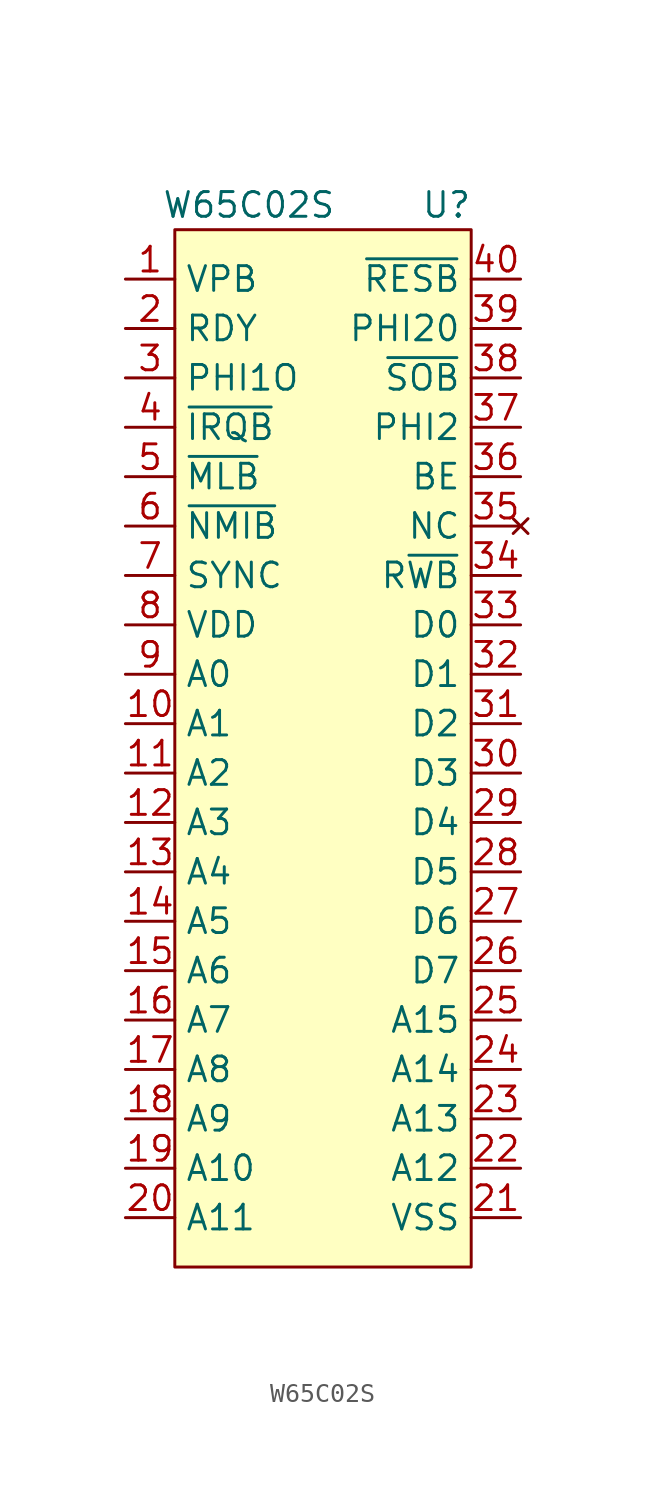
<source format=kicad_sym>
(kicad_symbol_lib
  (version 20211014)
  (generator kicad_symbol_editor)
  (symbol "W65C02S"
    (property "Reference" "U"
      (at 6.35 -2.54 0)
      (effects (font (size 1.27 1.27))))
    (property "Value" "W65C02S"
      (at -3.81 -2.54 0)
      (effects (font (size 1.27 1.27))))
    (symbol "W65C02S_0_1"
      (polyline (pts (xy -7.62 -3.81) (xy 7.62 -3.81) (xy 7.62 -57.15) (xy -7.62 -57.15) (xy -7.62 -3.81)) (stroke (width 0) (type default) (color 0 0 0 0)) (fill (type background))))
    (symbol "W65C02S_1_1"
      (pin output line (at -10.16 -6.35 0) (length 2.54) (name "VPB" (effects (font (size 1.27 1.27)))) (number "1" (effects (font (size 1.27 1.27)))))
      (pin output line (at -10.16 -29.21 0) (length 2.54) (name "A1" (effects (font (size 1.27 1.27)))) (number "10" (effects (font (size 1.27 1.27)))))
      (pin output line (at -10.16 -31.75 0) (length 2.54) (name "A2" (effects (font (size 1.27 1.27)))) (number "11" (effects (font (size 1.27 1.27)))))
      (pin output line (at -10.16 -34.29 0) (length 2.54) (name "A3" (effects (font (size 1.27 1.27)))) (number "12" (effects (font (size 1.27 1.27)))))
      (pin output line (at -10.16 -36.83 0) (length 2.54) (name "A4" (effects (font (size 1.27 1.27)))) (number "13" (effects (font (size 1.27 1.27)))))
      (pin output line (at -10.16 -39.37 0) (length 2.54) (name "A5" (effects (font (size 1.27 1.27)))) (number "14" (effects (font (size 1.27 1.27)))))
      (pin output line (at -10.16 -41.91 0) (length 2.54) (name "A6" (effects (font (size 1.27 1.27)))) (number "15" (effects (font (size 1.27 1.27)))))
      (pin output line (at -10.16 -44.45 0) (length 2.54) (name "A7" (effects (font (size 1.27 1.27)))) (number "16" (effects (font (size 1.27 1.27)))))
      (pin output line (at -10.16 -46.99 0) (length 2.54) (name "A8" (effects (font (size 1.27 1.27)))) (number "17" (effects (font (size 1.27 1.27)))))
      (pin output line (at -10.16 -49.53 0) (length 2.54) (name "A9" (effects (font (size 1.27 1.27)))) (number "18" (effects (font (size 1.27 1.27)))))
      (pin output line (at -10.16 -52.07 0) (length 2.54) (name "A10" (effects (font (size 1.27 1.27)))) (number "19" (effects (font (size 1.27 1.27)))))
      (pin bidirectional line (at -10.16 -8.89 0) (length 2.54) (name "RDY" (effects (font (size 1.27 1.27)))) (number "2" (effects (font (size 1.27 1.27)))))
      (pin output line (at -10.16 -54.61 0) (length 2.54) (name "A11" (effects (font (size 1.27 1.27)))) (number "20" (effects (font (size 1.27 1.27)))))
      (pin power_in line (at 10.16 -54.61 180) (length 2.54) (name "VSS" (effects (font (size 1.27 1.27)))) (number "21" (effects (font (size 1.27 1.27)))))
      (pin output line (at 10.16 -52.07 180) (length 2.54) (name "A12" (effects (font (size 1.27 1.27)))) (number "22" (effects (font (size 1.27 1.27)))))
      (pin output line (at 10.16 -49.53 180) (length 2.54) (name "A13" (effects (font (size 1.27 1.27)))) (number "23" (effects (font (size 1.27 1.27)))))
      (pin output line (at 10.16 -46.99 180) (length 2.54) (name "A14" (effects (font (size 1.27 1.27)))) (number "24" (effects (font (size 1.27 1.27)))))
      (pin output line (at 10.16 -44.45 180) (length 2.54) (name "A15" (effects (font (size 1.27 1.27)))) (number "25" (effects (font (size 1.27 1.27)))))
      (pin bidirectional line (at 10.16 -41.91 180) (length 2.54) (name "D7" (effects (font (size 1.27 1.27)))) (number "26" (effects (font (size 1.27 1.27)))))
      (pin bidirectional line (at 10.16 -39.37 180) (length 2.54) (name "D6" (effects (font (size 1.27 1.27)))) (number "27" (effects (font (size 1.27 1.27)))))
      (pin bidirectional line (at 10.16 -36.83 180) (length 2.54) (name "D5" (effects (font (size 1.27 1.27)))) (number "28" (effects (font (size 1.27 1.27)))))
      (pin bidirectional line (at 10.16 -34.29 180) (length 2.54) (name "D4" (effects (font (size 1.27 1.27)))) (number "29" (effects (font (size 1.27 1.27)))))
      (pin output line (at -10.16 -11.43 0) (length 2.54) (name "PHI1O" (effects (font (size 1.27 1.27)))) (number "3" (effects (font (size 1.27 1.27)))))
      (pin bidirectional line (at 10.16 -31.75 180) (length 2.54) (name "D3" (effects (font (size 1.27 1.27)))) (number "30" (effects (font (size 1.27 1.27)))))
      (pin bidirectional line (at 10.16 -29.21 180) (length 2.54) (name "D2" (effects (font (size 1.27 1.27)))) (number "31" (effects (font (size 1.27 1.27)))))
      (pin bidirectional line (at 10.16 -26.67 180) (length 2.54) (name "D1" (effects (font (size 1.27 1.27)))) (number "32" (effects (font (size 1.27 1.27)))))
      (pin bidirectional line (at 10.16 -24.13 180) (length 2.54) (name "D0" (effects (font (size 1.27 1.27)))) (number "33" (effects (font (size 1.27 1.27)))))
      (pin output line (at 10.16 -21.59 180) (length 2.54) (name "R~{WB}" (effects (font (size 1.27 1.27)))) (number "34" (effects (font (size 1.27 1.27)))))
      (pin no_connect line (at 10.16 -19.05 180) (length 2.54) (name "NC" (effects (font (size 1.27 1.27)))) (number "35" (effects (font (size 1.27 1.27)))))
      (pin input line (at 10.16 -16.51 180) (length 2.54) (name "BE" (effects (font (size 1.27 1.27)))) (number "36" (effects (font (size 1.27 1.27)))))
      (pin input line (at 10.16 -13.97 180) (length 2.54) (name "PHI2" (effects (font (size 1.27 1.27)))) (number "37" (effects (font (size 1.27 1.27)))))
      (pin input line (at 10.16 -11.43 180) (length 2.54) (name "~{SOB}" (effects (font (size 1.27 1.27)))) (number "38" (effects (font (size 1.27 1.27)))))
      (pin output line (at 10.16 -8.89 180) (length 2.54) (name "PHI20" (effects (font (size 1.27 1.27)))) (number "39" (effects (font (size 1.27 1.27)))))
      (pin input line (at -10.16 -13.97 0) (length 2.54) (name "~{IRQB}" (effects (font (size 1.27 1.27)))) (number "4" (effects (font (size 1.27 1.27)))))
      (pin input line (at 10.16 -6.35 180) (length 2.54) (name "~{RESB}" (effects (font (size 1.27 1.27)))) (number "40" (effects (font (size 1.27 1.27)))))
      (pin output line (at -10.16 -16.51 0) (length 2.54) (name "~{MLB}" (effects (font (size 1.27 1.27)))) (number "5" (effects (font (size 1.27 1.27)))))
      (pin input line (at -10.16 -19.05 0) (length 2.54) (name "~{NMIB}" (effects (font (size 1.27 1.27)))) (number "6" (effects (font (size 1.27 1.27)))))
      (pin output line (at -10.16 -21.59 0) (length 2.54) (name "SYNC" (effects (font (size 1.27 1.27)))) (number "7" (effects (font (size 1.27 1.27)))))
      (pin power_in line (at -10.16 -24.13 0) (length 2.54) (name "VDD" (effects (font (size 1.27 1.27)))) (number "8" (effects (font (size 1.27 1.27)))))
      (pin output line (at -10.16 -26.67 0) (length 2.54) (name "A0" (effects (font (size 1.27 1.27)))) (number "9" (effects (font (size 1.27 1.27))))))))
</source>
